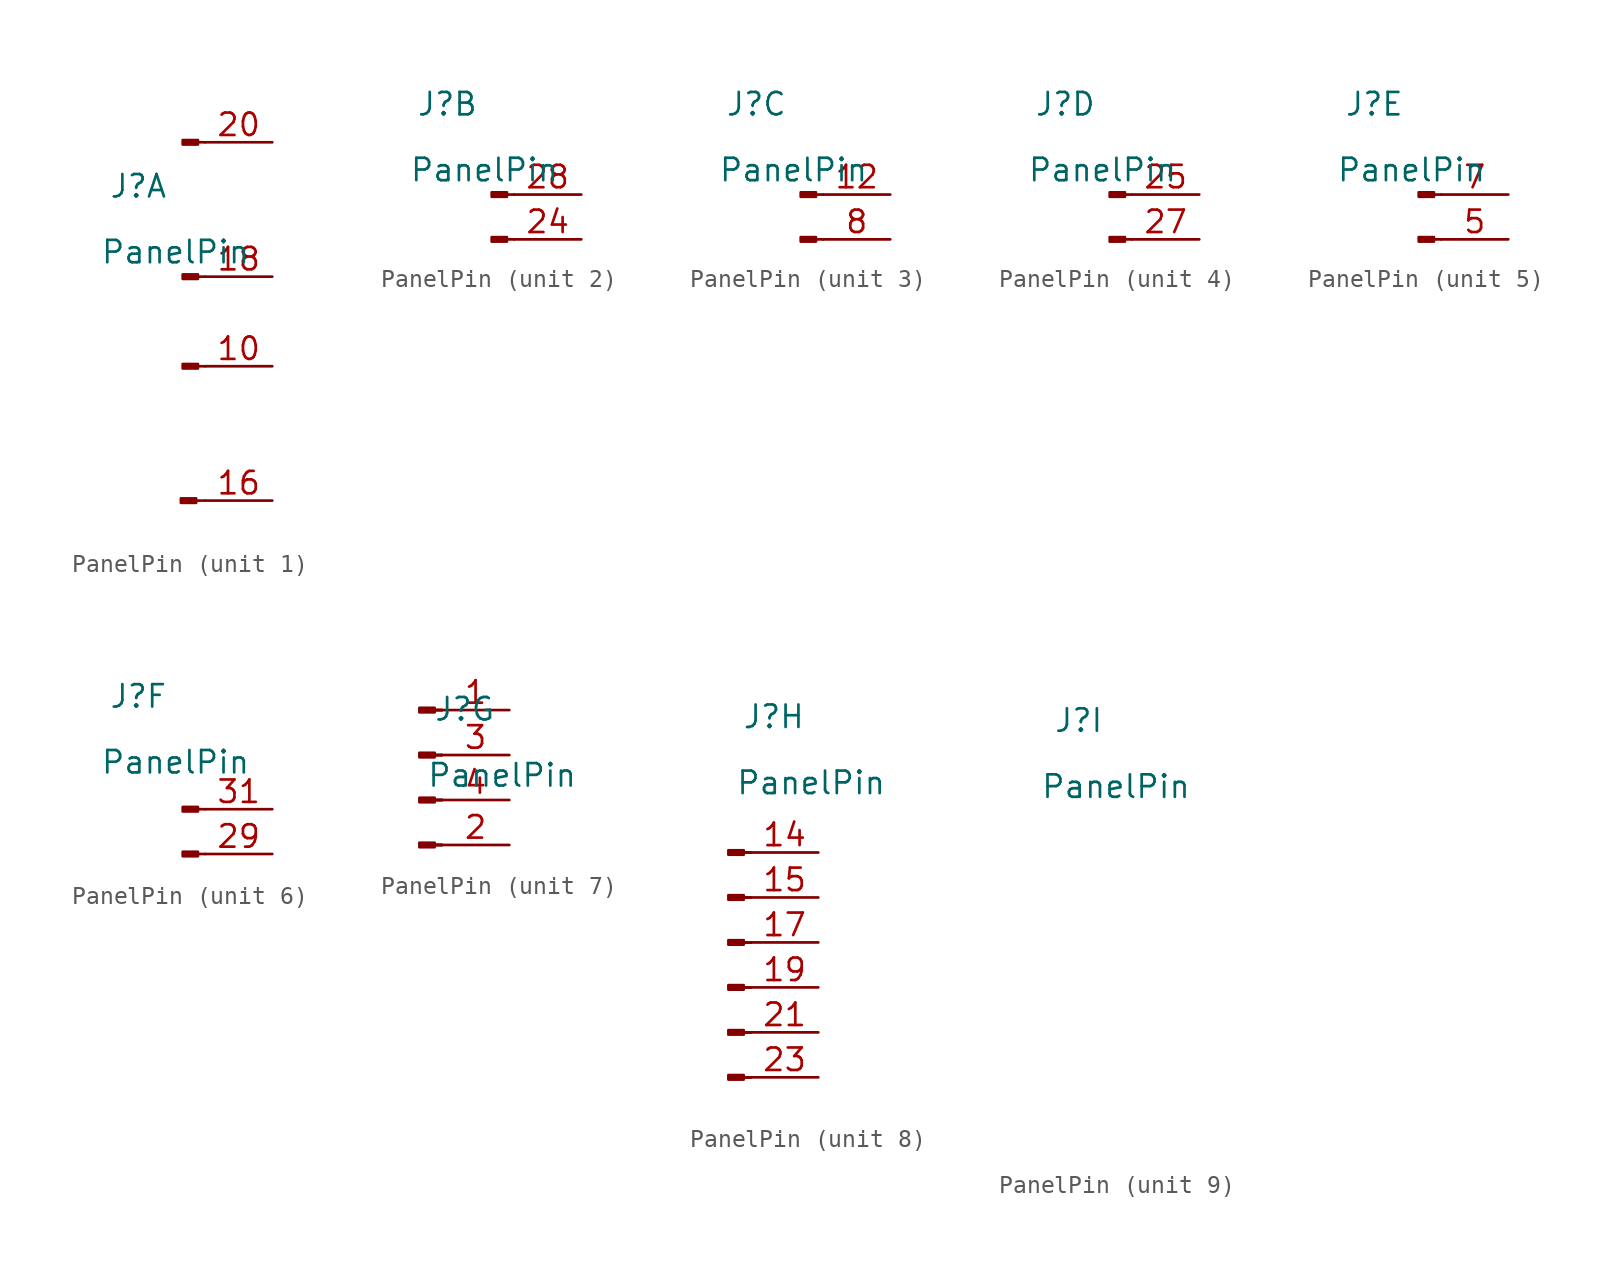
<source format=kicad_sym>
(kicad_symbol_lib
  (version 20211014)
  (generator kicad_symbol_editor)
  (symbol "PanelPin"
    (pin_names
      (offset 1.016) hide)
    (property "Reference" "J"
      (at -2.515 7.671 0)
      (effects (font (size 1.27 1.27))))
    (property "Value" "PanelPin"
      (at -0.406 3.937 0)
      (effects (font (size 1.27 1.27))))
    (property "ki_locked" ""
      (at 0 0 0)
      (effects (font (size 1.27 1.27))))
    (symbol "PanelPin_1_1"
      (polyline (pts (xy 1.27 -10.16) (xy 0.864 -10.16)) (stroke (width 0.152) (type default) (color 0 0 0 0)) (fill (type none)))
      (polyline (pts (xy 1.27 -2.54) (xy 0.864 -2.54)) (stroke (width 0.152) (type default) (color 0 0 0 0)) (fill (type none)))
      (polyline (pts (xy 1.27 2.54) (xy 0.864 2.54)) (stroke (width 0.152) (type default) (color 0 0 0 0)) (fill (type none)))
      (polyline (pts (xy 1.27 10.16) (xy 0.864 10.16)) (stroke (width 0.152) (type default) (color 0 0 0 0)) (fill (type none)))
      (rectangle (start 0.762 -10.033) (end -0.102 -10.287) (stroke (width 0.152) (type default) (color 0 0 0 0)) (fill (type outline)))
      (rectangle (start 0.864 -2.413) (end 0 -2.667) (stroke (width 0.152) (type default) (color 0 0 0 0)) (fill (type outline)))
      (rectangle (start 0.864 2.667) (end 0 2.413) (stroke (width 0.152) (type default) (color 0 0 0 0)) (fill (type outline)))
      (rectangle (start 0.864 10.287) (end 0 10.033) (stroke (width 0.152) (type default) (color 0 0 0 0)) (fill (type outline)))
      (pin passive line (at 5.08 -2.54 180) (length 3.81) (name "Pin_10" (effects (font (size 1.27 1.27)))) (number "10" (effects (font (size 1.27 1.27)))))
      (pin passive line (at 5.08 -10.16 180) (length 3.81) (name "Pin_16" (effects (font (size 1.27 1.27)))) (number "16" (effects (font (size 1.27 1.27)))))
      (pin passive line (at 5.08 2.54 180) (length 3.81) (name "Pin_18" (effects (font (size 1.27 1.27)))) (number "18" (effects (font (size 1.27 1.27)))))
      (pin passive line (at 5.08 10.16 180) (length 3.81) (name "Pin_20" (effects (font (size 1.27 1.27)))) (number "20" (effects (font (size 1.27 1.27))))))
    (symbol "PanelPin_2_1"
      (polyline (pts (xy 1.27 0) (xy 0.864 0)) (stroke (width 0.152) (type default) (color 0 0 0 0)) (fill (type none)))
      (polyline (pts (xy 1.27 2.54) (xy 0.864 2.54)) (stroke (width 0.152) (type default) (color 0 0 0 0)) (fill (type none)))
      (rectangle (start 0.864 0.127) (end 0 -0.127) (stroke (width 0.152) (type default) (color 0 0 0 0)) (fill (type outline)))
      (rectangle (start 0.864 2.667) (end 0 2.413) (stroke (width 0.152) (type default) (color 0 0 0 0)) (fill (type outline)))
      (pin passive line (at 5.08 0 180) (length 3.81) (name "Pin_24" (effects (font (size 1.27 1.27)))) (number "24" (effects (font (size 1.27 1.27)))))
      (pin passive line (at 5.08 2.54 180) (length 3.81) (name "Pin_28" (effects (font (size 1.27 1.27)))) (number "28" (effects (font (size 1.27 1.27))))))
    (symbol "PanelPin_3_1"
      (polyline (pts (xy 1.27 0) (xy 0.864 0)) (stroke (width 0.152) (type default) (color 0 0 0 0)) (fill (type none)))
      (polyline (pts (xy 1.27 2.54) (xy 0.864 2.54)) (stroke (width 0.152) (type default) (color 0 0 0 0)) (fill (type none)))
      (rectangle (start 0.864 0.127) (end 0 -0.127) (stroke (width 0.152) (type default) (color 0 0 0 0)) (fill (type outline)))
      (rectangle (start 0.864 2.667) (end 0 2.413) (stroke (width 0.152) (type default) (color 0 0 0 0)) (fill (type outline)))
      (pin passive line (at 5.08 2.54 180) (length 3.81) (name "Pin_12" (effects (font (size 1.27 1.27)))) (number "12" (effects (font (size 1.27 1.27)))))
      (pin passive line (at 5.08 0 180) (length 3.81) (name "Pin_8" (effects (font (size 1.27 1.27)))) (number "8" (effects (font (size 1.27 1.27))))))
    (symbol "PanelPin_4_1"
      (polyline (pts (xy 1.27 0) (xy 0.864 0)) (stroke (width 0.152) (type default) (color 0 0 0 0)) (fill (type none)))
      (polyline (pts (xy 1.27 2.54) (xy 0.864 2.54)) (stroke (width 0.152) (type default) (color 0 0 0 0)) (fill (type none)))
      (rectangle (start 0.864 0.127) (end 0 -0.127) (stroke (width 0.152) (type default) (color 0 0 0 0)) (fill (type outline)))
      (rectangle (start 0.864 2.667) (end 0 2.413) (stroke (width 0.152) (type default) (color 0 0 0 0)) (fill (type outline)))
      (pin passive line (at 5.08 2.54 180) (length 3.81) (name "Pin_25" (effects (font (size 1.27 1.27)))) (number "25" (effects (font (size 1.27 1.27)))))
      (pin passive line (at 5.08 0 180) (length 3.81) (name "Pin_27" (effects (font (size 1.27 1.27)))) (number "27" (effects (font (size 1.27 1.27))))))
    (symbol "PanelPin_5_1"
      (polyline (pts (xy 1.27 0) (xy 0.864 0)) (stroke (width 0.152) (type default) (color 0 0 0 0)) (fill (type none)))
      (polyline (pts (xy 1.27 2.54) (xy 0.864 2.54)) (stroke (width 0.152) (type default) (color 0 0 0 0)) (fill (type none)))
      (rectangle (start 0.864 0.127) (end 0 -0.127) (stroke (width 0.152) (type default) (color 0 0 0 0)) (fill (type outline)))
      (rectangle (start 0.864 2.667) (end 0 2.413) (stroke (width 0.152) (type default) (color 0 0 0 0)) (fill (type outline)))
      (pin passive line (at 5.08 0 180) (length 3.81) (name "Pin_5" (effects (font (size 1.27 1.27)))) (number "5" (effects (font (size 1.27 1.27)))))
      (pin passive line (at 5.08 2.54 180) (length 3.81) (name "Pin_7" (effects (font (size 1.27 1.27)))) (number "7" (effects (font (size 1.27 1.27))))))
    (symbol "PanelPin_6_1"
      (polyline (pts (xy 1.27 -1.27) (xy 0.864 -1.27)) (stroke (width 0.152) (type default) (color 0 0 0 0)) (fill (type none)))
      (polyline (pts (xy 1.27 1.27) (xy 0.864 1.27)) (stroke (width 0.152) (type default) (color 0 0 0 0)) (fill (type none)))
      (rectangle (start 0.864 -1.143) (end 0 -1.397) (stroke (width 0.152) (type default) (color 0 0 0 0)) (fill (type outline)))
      (rectangle (start 0.864 1.397) (end 0 1.143) (stroke (width 0.152) (type default) (color 0 0 0 0)) (fill (type outline)))
      (pin passive line (at 5.08 -1.27 180) (length 3.81) (name "Pin_29" (effects (font (size 1.27 1.27)))) (number "29" (effects (font (size 1.27 1.27)))))
      (pin passive line (at 5.08 1.27 180) (length 3.81) (name "Pin_31" (effects (font (size 1.27 1.27)))) (number "31" (effects (font (size 1.27 1.27))))))
    (symbol "PanelPin_7_1"
      (rectangle (start -4.216 0.127) (end -5.08 -0.127) (stroke (width 0.152) (type default) (color 0 0 0 0)) (fill (type outline)))
      (rectangle (start -4.216 2.667) (end -5.08 2.413) (stroke (width 0.152) (type default) (color 0 0 0 0)) (fill (type outline)))
      (rectangle (start -4.216 5.207) (end -5.08 4.953) (stroke (width 0.152) (type default) (color 0 0 0 0)) (fill (type outline)))
      (rectangle (start -4.216 7.747) (end -5.08 7.493) (stroke (width 0.152) (type default) (color 0 0 0 0)) (fill (type outline)))
      (polyline (pts (xy -3.81 0) (xy -4.216 0)) (stroke (width 0.152) (type default) (color 0 0 0 0)) (fill (type none)))
      (polyline (pts (xy -3.81 0) (xy -4.216 0)) (stroke (width 0.152) (type default) (color 0 0 0 0)) (fill (type none)))
      (polyline (pts (xy -3.81 0) (xy -4.216 0)) (stroke (width 0.152) (type default) (color 0 0 0 0)) (fill (type none)))
      (polyline (pts (xy -3.81 2.54) (xy -4.216 2.54)) (stroke (width 0.152) (type default) (color 0 0 0 0)) (fill (type none)))
      (polyline (pts (xy -3.81 2.54) (xy -4.216 2.54)) (stroke (width 0.152) (type default) (color 0 0 0 0)) (fill (type none)))
      (polyline (pts (xy -3.81 2.54) (xy -4.216 2.54)) (stroke (width 0.152) (type default) (color 0 0 0 0)) (fill (type none)))
      (polyline (pts (xy -3.81 5.08) (xy -4.216 5.08)) (stroke (width 0.152) (type default) (color 0 0 0 0)) (fill (type none)))
      (polyline (pts (xy -3.81 5.08) (xy -4.216 5.08)) (stroke (width 0.152) (type default) (color 0 0 0 0)) (fill (type none)))
      (polyline (pts (xy -3.81 5.08) (xy -4.216 5.08)) (stroke (width 0.152) (type default) (color 0 0 0 0)) (fill (type none)))
      (polyline (pts (xy -3.81 7.62) (xy -4.216 7.62)) (stroke (width 0.152) (type default) (color 0 0 0 0)) (fill (type none)))
      (polyline (pts (xy -3.81 7.62) (xy -4.216 7.62)) (stroke (width 0.152) (type default) (color 0 0 0 0)) (fill (type none)))
      (polyline (pts (xy -3.81 7.62) (xy -4.216 7.62)) (stroke (width 0.152) (type default) (color 0 0 0 0)) (fill (type none)))
      (pin passive line (at 0 7.62 180) (length 3.81) (name "Pin_1" (effects (font (size 1.27 1.27)))) (number "1" (effects (font (size 1.27 1.27)))))
      (pin passive line (at 0 0 180) (length 3.81) (name "Pin_2" (effects (font (size 1.27 1.27)))) (number "2" (effects (font (size 1.27 1.27)))))
      (pin passive line (at 0 5.08 180) (length 3.81) (name "Pin_3" (effects (font (size 1.27 1.27)))) (number "3" (effects (font (size 1.27 1.27)))))
      (pin passive line (at 0 2.54 180) (length 3.81) (name "Pin_4" (effects (font (size 1.27 1.27)))) (number "4" (effects (font (size 1.27 1.27))))))
    (symbol "PanelPin_8_1"
      (rectangle (start -4.216 -12.573) (end -5.08 -12.827) (stroke (width 0.152) (type default) (color 0 0 0 0)) (fill (type outline)))
      (rectangle (start -4.216 -10.033) (end -5.08 -10.287) (stroke (width 0.152) (type default) (color 0 0 0 0)) (fill (type outline)))
      (rectangle (start -4.216 -7.493) (end -5.08 -7.747) (stroke (width 0.152) (type default) (color 0 0 0 0)) (fill (type outline)))
      (rectangle (start -4.216 -4.953) (end -5.08 -5.207) (stroke (width 0.152) (type default) (color 0 0 0 0)) (fill (type outline)))
      (rectangle (start -4.216 -2.413) (end -5.08 -2.667) (stroke (width 0.152) (type default) (color 0 0 0 0)) (fill (type outline)))
      (rectangle (start -4.216 0.127) (end -5.08 -0.127) (stroke (width 0.152) (type default) (color 0 0 0 0)) (fill (type outline)))
      (polyline (pts (xy -3.81 -12.7) (xy -4.216 -12.7)) (stroke (width 0.152) (type default) (color 0 0 0 0)) (fill (type none)))
      (polyline (pts (xy -3.81 -12.7) (xy -4.216 -12.7)) (stroke (width 0.152) (type default) (color 0 0 0 0)) (fill (type none)))
      (polyline (pts (xy -3.81 -12.7) (xy -4.216 -12.7)) (stroke (width 0.152) (type default) (color 0 0 0 0)) (fill (type none)))
      (polyline (pts (xy -3.81 -10.16) (xy -4.216 -10.16)) (stroke (width 0.152) (type default) (color 0 0 0 0)) (fill (type none)))
      (polyline (pts (xy -3.81 -10.16) (xy -4.216 -10.16)) (stroke (width 0.152) (type default) (color 0 0 0 0)) (fill (type none)))
      (polyline (pts (xy -3.81 -10.16) (xy -4.216 -10.16)) (stroke (width 0.152) (type default) (color 0 0 0 0)) (fill (type none)))
      (polyline (pts (xy -3.81 -7.62) (xy -4.216 -7.62)) (stroke (width 0.152) (type default) (color 0 0 0 0)) (fill (type none)))
      (polyline (pts (xy -3.81 -7.62) (xy -4.216 -7.62)) (stroke (width 0.152) (type default) (color 0 0 0 0)) (fill (type none)))
      (polyline (pts (xy -3.81 -7.62) (xy -4.216 -7.62)) (stroke (width 0.152) (type default) (color 0 0 0 0)) (fill (type none)))
      (polyline (pts (xy -3.81 -5.08) (xy -4.216 -5.08)) (stroke (width 0.152) (type default) (color 0 0 0 0)) (fill (type none)))
      (polyline (pts (xy -3.81 -5.08) (xy -4.216 -5.08)) (stroke (width 0.152) (type default) (color 0 0 0 0)) (fill (type none)))
      (polyline (pts (xy -3.81 -5.08) (xy -4.216 -5.08)) (stroke (width 0.152) (type default) (color 0 0 0 0)) (fill (type none)))
      (polyline (pts (xy -3.81 -2.54) (xy -4.216 -2.54)) (stroke (width 0.152) (type default) (color 0 0 0 0)) (fill (type none)))
      (polyline (pts (xy -3.81 -2.54) (xy -4.216 -2.54)) (stroke (width 0.152) (type default) (color 0 0 0 0)) (fill (type none)))
      (polyline (pts (xy -3.81 -2.54) (xy -4.216 -2.54)) (stroke (width 0.152) (type default) (color 0 0 0 0)) (fill (type none)))
      (polyline (pts (xy -3.81 0) (xy -4.216 0)) (stroke (width 0.152) (type default) (color 0 0 0 0)) (fill (type none)))
      (polyline (pts (xy -3.81 0) (xy -4.216 0)) (stroke (width 0.152) (type default) (color 0 0 0 0)) (fill (type none)))
      (polyline (pts (xy -3.81 0) (xy -4.216 0)) (stroke (width 0.152) (type default) (color 0 0 0 0)) (fill (type none)))
      (pin passive line (at 0 0 180) (length 3.81) (name "Pin_14" (effects (font (size 1.27 1.27)))) (number "14" (effects (font (size 1.27 1.27)))))
      (pin passive line (at 0 -2.54 180) (length 3.81) (name "Pin_15" (effects (font (size 1.27 1.27)))) (number "15" (effects (font (size 1.27 1.27)))))
      (pin passive line (at 0 -5.08 180) (length 3.81) (name "Pin_17" (effects (font (size 1.27 1.27)))) (number "17" (effects (font (size 1.27 1.27)))))
      (pin passive line (at 0 -7.62 180) (length 3.81) (name "Pin_19" (effects (font (size 1.27 1.27)))) (number "19" (effects (font (size 1.27 1.27)))))
      (pin passive line (at 0 -10.16 180) (length 3.81) (name "Pin_21" (effects (font (size 1.27 1.27)))) (number "21" (effects (font (size 1.27 1.27)))))
      (pin passive line (at 0 -12.7 180) (length 3.81) (name "Pin_23" (effects (font (size 1.27 1.27)))) (number "23" (effects (font (size 1.27 1.27))))))
    (symbol "PanelPin_9_1"
      (pin no_connect line (at 0 -5.08 0) (length 3.81) hide (name "Pin_11" (effects (font (size 1.27 1.27)))) (number "11" (effects (font (size 1.27 1.27)))))
      (pin no_connect line (at 0 -7.62 0) (length 3.81) hide (name "Pin_13" (effects (font (size 1.27 1.27)))) (number "13" (effects (font (size 1.27 1.27)))))
      (pin no_connect line (at 0 -10.16 0) (length 3.81) hide (name "Pin_22" (effects (font (size 1.27 1.27)))) (number "22" (effects (font (size 1.27 1.27)))))
      (pin no_connect line (at 0 -12.7 0) (length 3.81) hide (name "Pin_26" (effects (font (size 1.27 1.27)))) (number "26" (effects (font (size 1.27 1.27)))))
      (pin no_connect line (at 0 -15.24 0) (length 3.81) hide (name "Pin_30" (effects (font (size 1.27 1.27)))) (number "30" (effects (font (size 1.27 1.27)))))
      (pin no_connect line (at 0 0 0) (length 3.81) hide (name "Pin_6" (effects (font (size 1.27 1.27)))) (number "6" (effects (font (size 1.27 1.27)))))
      (pin no_connect line (at 0 -2.54 0) (length 3.81) hide (name "Pin_9" (effects (font (size 1.27 1.27)))) (number "9" (effects (font (size 1.27 1.27))))))))
</source>
